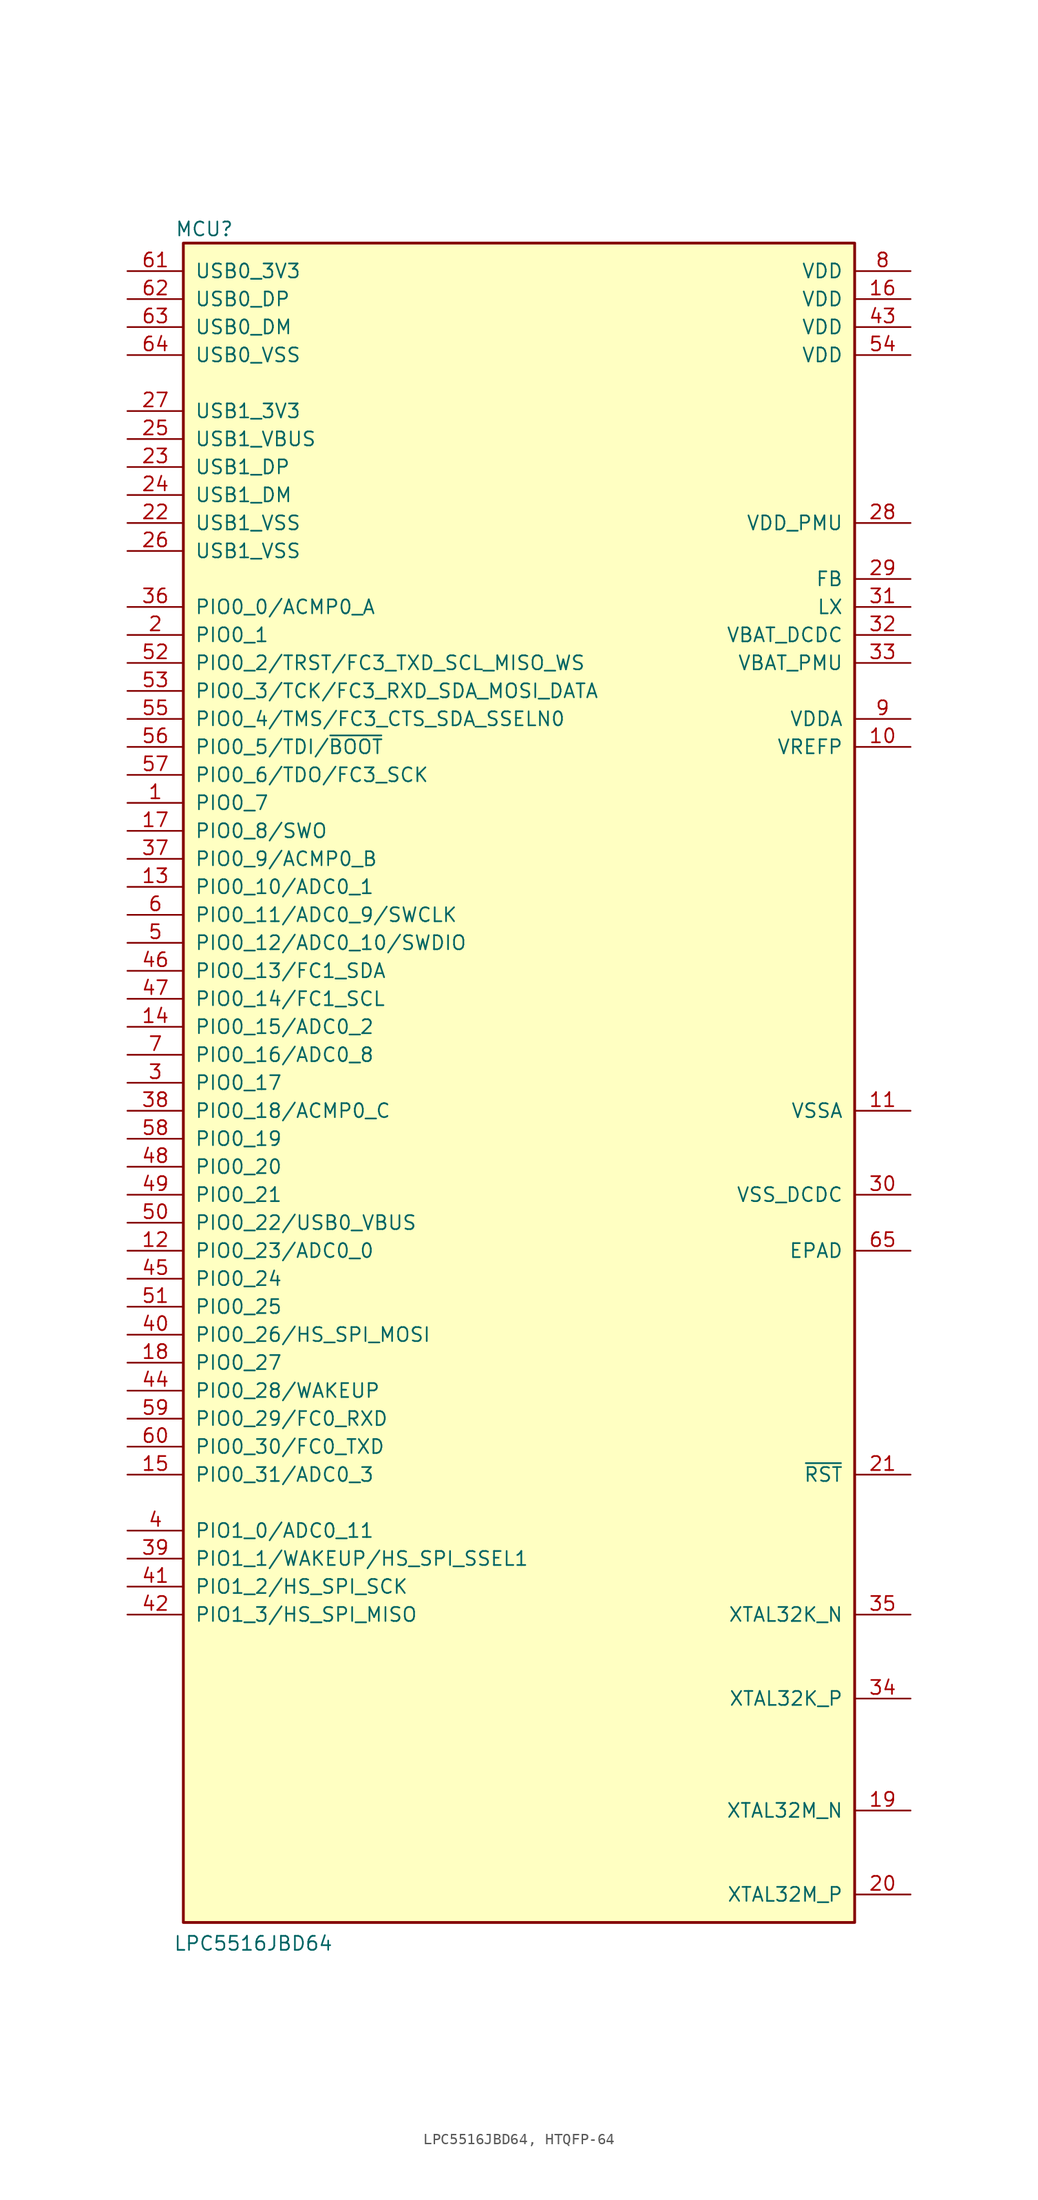
<source format=kicad_sym>
(kicad_symbol_lib
  (version 20241209)
  (generator "kicad_symbol_editor")
  (generator_version "9.0")
  (symbol "LPC5516JBD64, HTQFP-64"
    (pin_names
      (offset 1.016))
    (property "Reference" "MCU"
      (at -28.575 77.47 0)
      (effects (font (size 1.27 1.27))))
    (property "Value" "LPC5516JBD64"
      (at -24.13 -78.105 0)
      (effects (font (size 1.27 1.27))))
    (symbol "LPC5516JBD64, HTQFP-64_0_1"
      (rectangle (start -30.48 76.2) (end 30.48 -76.2) (stroke (width 0.254) (type default)) (fill (type background))))
    (symbol "LPC5516JBD64, HTQFP-64_1_0"
      (pin power_in line (at -35.56 60.96 0) (length 5.08) (name "USB1_3V3" (effects (font (size 1.27 1.27)))) (number "27" (effects (font (size 1.27 1.27)))))
      (pin bidirectional line (at -35.56 22.86 0) (length 5.08) (name "PIO0_8/SWO" (effects (font (size 1.27 1.27)))) (number "17" (effects (font (size 1.27 1.27)))))
      (pin bidirectional line (at -35.56 20.32 0) (length 5.08) (name "PIO0_9/ACMP0_B" (effects (font (size 1.27 1.27)))) (number "37" (effects (font (size 1.27 1.27)))))
      (pin bidirectional line (at -35.56 17.78 0) (length 5.08) (name "PIO0_10/ADC0_1" (effects (font (size 1.27 1.27)))) (number "13" (effects (font (size 1.27 1.27)))))
      (pin bidirectional line (at -35.56 15.24 0) (length 5.08) (name "PIO0_11/ADC0_9/SWCLK" (effects (font (size 1.27 1.27)))) (number "6" (effects (font (size 1.27 1.27)))))
      (pin bidirectional line (at -35.56 12.7 0) (length 5.08) (name "PIO0_12/ADC0_10/SWDIO" (effects (font (size 1.27 1.27)))) (number "5" (effects (font (size 1.27 1.27)))))
      (pin bidirectional line (at -35.56 10.16 0) (length 5.08) (name "PIO0_13/FC1_SDA" (effects (font (size 1.27 1.27)))) (number "46" (effects (font (size 1.27 1.27)))))
      (pin bidirectional line (at -35.56 7.62 0) (length 5.08) (name "PIO0_14/FC1_SCL" (effects (font (size 1.27 1.27)))) (number "47" (effects (font (size 1.27 1.27)))))
      (pin bidirectional line (at -35.56 5.08 0) (length 5.08) (name "PIO0_15/ADC0_2" (effects (font (size 1.27 1.27)))) (number "14" (effects (font (size 1.27 1.27)))))
      (pin bidirectional line (at -35.56 2.54 0) (length 5.08) (name "PIO0_16/ADC0_8" (effects (font (size 1.27 1.27)))) (number "7" (effects (font (size 1.27 1.27)))))
      (pin bidirectional line (at -35.56 0 0) (length 5.08) (name "PIO0_17" (effects (font (size 1.27 1.27)))) (number "3" (effects (font (size 1.27 1.27)))))
      (pin bidirectional line (at -35.56 -2.54 0) (length 5.08) (name "PIO0_18/ACMP0_C" (effects (font (size 1.27 1.27)))) (number "38" (effects (font (size 1.27 1.27)))))
      (pin bidirectional line (at -35.56 -5.08 0) (length 5.08) (name "PIO0_19" (effects (font (size 1.27 1.27)))) (number "58" (effects (font (size 1.27 1.27)))))
      (pin bidirectional line (at -35.56 -7.62 0) (length 5.08) (name "PIO0_20" (effects (font (size 1.27 1.27)))) (number "48" (effects (font (size 1.27 1.27)))))
      (pin bidirectional line (at -35.56 -10.16 0) (length 5.08) (name "PIO0_21" (effects (font (size 1.27 1.27)))) (number "49" (effects (font (size 1.27 1.27)))))
      (pin bidirectional line (at -35.56 -12.7 0) (length 5.08) (name "PIO0_22/USB0_VBUS" (effects (font (size 1.27 1.27)))) (number "50" (effects (font (size 1.27 1.27)))))
      (pin bidirectional line (at -35.56 -15.24 0) (length 5.08) (name "PIO0_23/ADC0_0" (effects (font (size 1.27 1.27)))) (number "12" (effects (font (size 1.27 1.27)))))
      (pin bidirectional line (at -35.56 -17.78 0) (length 5.08) (name "PIO0_24" (effects (font (size 1.27 1.27)))) (number "45" (effects (font (size 1.27 1.27)))))
      (pin bidirectional line (at -35.56 -20.32 0) (length 5.08) (name "PIO0_25" (effects (font (size 1.27 1.27)))) (number "51" (effects (font (size 1.27 1.27)))))
      (pin bidirectional line (at -35.56 -22.86 0) (length 5.08) (name "PIO0_26/HS_SPI_MOSI" (effects (font (size 1.27 1.27)))) (number "40" (effects (font (size 1.27 1.27)))))
      (pin bidirectional line (at -35.56 -25.4 0) (length 5.08) (name "PIO0_27" (effects (font (size 1.27 1.27)))) (number "18" (effects (font (size 1.27 1.27)))))
      (pin bidirectional line (at -35.56 -27.94 0) (length 5.08) (name "PIO0_28/WAKEUP" (effects (font (size 1.27 1.27)))) (number "44" (effects (font (size 1.27 1.27)))))
      (pin bidirectional line (at -35.56 -30.48 0) (length 5.08) (name "PIO0_29/FC0_RXD" (effects (font (size 1.27 1.27)))) (number "59" (effects (font (size 1.27 1.27)))))
      (pin bidirectional line (at -35.56 -33.02 0) (length 5.08) (name "PIO0_30/FC0_TXD" (effects (font (size 1.27 1.27)))) (number "60" (effects (font (size 1.27 1.27)))))
      (pin bidirectional line (at -35.56 -35.56 0) (length 5.08) (name "PIO0_31/ADC0_3" (effects (font (size 1.27 1.27)))) (number "15" (effects (font (size 1.27 1.27)))))
      (pin bidirectional line (at -35.56 -40.64 0) (length 5.08) (name "PIO1_0/ADC0_11" (effects (font (size 1.27 1.27)))) (number "4" (effects (font (size 1.27 1.27)))))
      (pin bidirectional line (at -35.56 -43.18 0) (length 5.08) (name "PIO1_1/WAKEUP/HS_SPI_SSEL1" (effects (font (size 1.27 1.27)))) (number "39" (effects (font (size 1.27 1.27)))))
      (pin bidirectional line (at -35.56 -45.72 0) (length 5.08) (name "PIO1_2/HS_SPI_SCK" (effects (font (size 1.27 1.27)))) (number "41" (effects (font (size 1.27 1.27)))))
      (pin bidirectional line (at -35.56 -48.26 0) (length 5.08) (name "PIO1_3/HS_SPI_MISO" (effects (font (size 1.27 1.27)))) (number "42" (effects (font (size 1.27 1.27)))))
      (pin power_in line (at 35.56 38.1 180) (length 5.08) (name "VBAT_PMU" (effects (font (size 1.27 1.27)))) (number "33" (effects (font (size 1.27 1.27)))))
      (pin power_in line (at 35.56 -15.24 180) (length 5.08) (name "EPAD" (effects (font (size 1.27 1.27)))) (number "65" (effects (font (size 1.27 1.27))))))
    (symbol "LPC5516JBD64, HTQFP-64_1_1"
      (pin input line (at -35.56 73.66 0) (length 5.08) (name "USB0_3V3" (effects (font (size 1.27 1.27)))) (number "61" (effects (font (size 1.27 1.27)))))
      (pin passive line (at -35.56 71.12 0) (length 5.08) (name "USB0_DP" (effects (font (size 1.27 1.27)))) (number "62" (effects (font (size 1.27 1.27)))))
      (pin passive line (at -35.56 68.58 0) (length 5.08) (name "USB0_DM" (effects (font (size 1.27 1.27)))) (number "63" (effects (font (size 1.27 1.27)))))
      (pin power_in line (at -35.56 66.04 0) (length 5.08) (name "USB0_VSS" (effects (font (size 1.27 1.27)))) (number "64" (effects (font (size 1.27 1.27)))))
      (pin input line (at -35.56 58.42 0) (length 5.08) (name "USB1_VBUS" (effects (font (size 1.27 1.27)))) (number "25" (effects (font (size 1.27 1.27)))))
      (pin passive line (at -35.56 55.88 0) (length 5.08) (name "USB1_DP" (effects (font (size 1.27 1.27)))) (number "23" (effects (font (size 1.27 1.27)))))
      (pin passive line (at -35.56 53.34 0) (length 5.08) (name "USB1_DM" (effects (font (size 1.27 1.27)))) (number "24" (effects (font (size 1.27 1.27)))))
      (pin power_in line (at -35.56 50.8 0) (length 5.08) (name "USB1_VSS" (effects (font (size 1.27 1.27)))) (number "22" (effects (font (size 1.27 1.27)))))
      (pin power_in line (at -35.56 48.26 0) (length 5.08) (name "USB1_VSS" (effects (font (size 1.27 1.27)))) (number "26" (effects (font (size 1.27 1.27)))))
      (pin bidirectional line (at -35.56 43.18 0) (length 5.08) (name "PIO0_0/ACMP0_A" (effects (font (size 1.27 1.27)))) (number "36" (effects (font (size 1.27 1.27)))))
      (pin bidirectional line (at -35.56 40.64 0) (length 5.08) (name "PIO0_1" (effects (font (size 1.27 1.27)))) (number "2" (effects (font (size 1.27 1.27)))))
      (pin bidirectional line (at -35.56 38.1 0) (length 5.08) (name "PIO0_2/TRST/FC3_TXD_SCL_MISO_WS" (effects (font (size 1.27 1.27)))) (number "52" (effects (font (size 1.27 1.27)))))
      (pin bidirectional line (at -35.56 35.56 0) (length 5.08) (name "PIO0_3/TCK/FC3_RXD_SDA_MOSI_DATA" (effects (font (size 1.27 1.27)))) (number "53" (effects (font (size 1.27 1.27)))))
      (pin bidirectional line (at -35.56 33.02 0) (length 5.08) (name "PIO0_4/TMS/FC3_CTS_SDA_SSELN0" (effects (font (size 1.27 1.27)))) (number "55" (effects (font (size 1.27 1.27)))))
      (pin bidirectional line (at -35.56 30.48 0) (length 5.08) (name "PIO0_5/TDI/~{BOOT}" (effects (font (size 1.27 1.27)))) (number "56" (effects (font (size 1.27 1.27)))))
      (pin bidirectional line (at -35.56 27.94 0) (length 5.08) (name "PIO0_6/TDO/FC3_SCK" (effects (font (size 1.27 1.27)))) (number "57" (effects (font (size 1.27 1.27)))))
      (pin bidirectional line (at -35.56 25.4 0) (length 5.08) (name "PIO0_7" (effects (font (size 1.27 1.27)))) (number "1" (effects (font (size 1.27 1.27)))))
      (pin power_in line (at 35.56 73.66 180) (length 5.08) (name "VDD" (effects (font (size 1.27 1.27)))) (number "8" (effects (font (size 1.27 1.27)))))
      (pin power_in line (at 35.56 71.12 180) (length 5.08) (name "VDD" (effects (font (size 1.27 1.27)))) (number "16" (effects (font (size 1.27 1.27)))))
      (pin power_in line (at 35.56 68.58 180) (length 5.08) (name "VDD" (effects (font (size 1.27 1.27)))) (number "43" (effects (font (size 1.27 1.27)))))
      (pin power_in line (at 35.56 66.04 180) (length 5.08) (name "VDD" (effects (font (size 1.27 1.27)))) (number "54" (effects (font (size 1.27 1.27)))))
      (pin power_in line (at 35.56 50.8 180) (length 5.08) (name "VDD_PMU" (effects (font (size 1.27 1.27)))) (number "28" (effects (font (size 1.27 1.27)))))
      (pin passive line (at 35.56 45.72 180) (length 5.08) (name "FB" (effects (font (size 1.27 1.27)))) (number "29" (effects (font (size 1.27 1.27)))))
      (pin passive line (at 35.56 43.18 180) (length 5.08) (name "LX" (effects (font (size 1.27 1.27)))) (number "31" (effects (font (size 1.27 1.27)))))
      (pin power_out line (at 35.56 40.64 180) (length 5.08) (name "VBAT_DCDC" (effects (font (size 1.27 1.27)))) (number "32" (effects (font (size 1.27 1.27)))))
      (pin power_in line (at 35.56 33.02 180) (length 5.08) (name "VDDA" (effects (font (size 1.27 1.27)))) (number "9" (effects (font (size 1.27 1.27)))))
      (pin passive line (at 35.56 30.48 180) (length 5.08) (name "VREFP" (effects (font (size 1.27 1.27)))) (number "10" (effects (font (size 1.27 1.27)))))
      (pin power_in line (at 35.56 -2.54 180) (length 5.08) (name "VSSA" (effects (font (size 1.27 1.27)))) (number "11" (effects (font (size 1.27 1.27)))))
      (pin power_in line (at 35.56 -10.16 180) (length 5.08) (name "VSS_DCDC" (effects (font (size 1.27 1.27)))) (number "30" (effects (font (size 1.27 1.27)))))
      (pin bidirectional line (at 35.56 -35.56 180) (length 5.08) (name "~{RST}" (effects (font (size 1.27 1.27)))) (number "21" (effects (font (size 1.27 1.27)))))
      (pin passive line (at 35.56 -48.26 180) (length 5.08) (name "XTAL32K_N" (effects (font (size 1.27 1.27)))) (number "35" (effects (font (size 1.27 1.27)))))
      (pin passive line (at 35.56 -55.88 180) (length 5.08) (name "XTAL32K_P" (effects (font (size 1.27 1.27)))) (number "34" (effects (font (size 1.27 1.27)))))
      (pin passive line (at 35.56 -66.04 180) (length 5.08) (name "XTAL32M_N" (effects (font (size 1.27 1.27)))) (number "19" (effects (font (size 1.27 1.27)))))
      (pin passive line (at 35.56 -73.66 180) (length 5.08) (name "XTAL32M_P" (effects (font (size 1.27 1.27)))) (number "20" (effects (font (size 1.27 1.27))))))))
</source>
